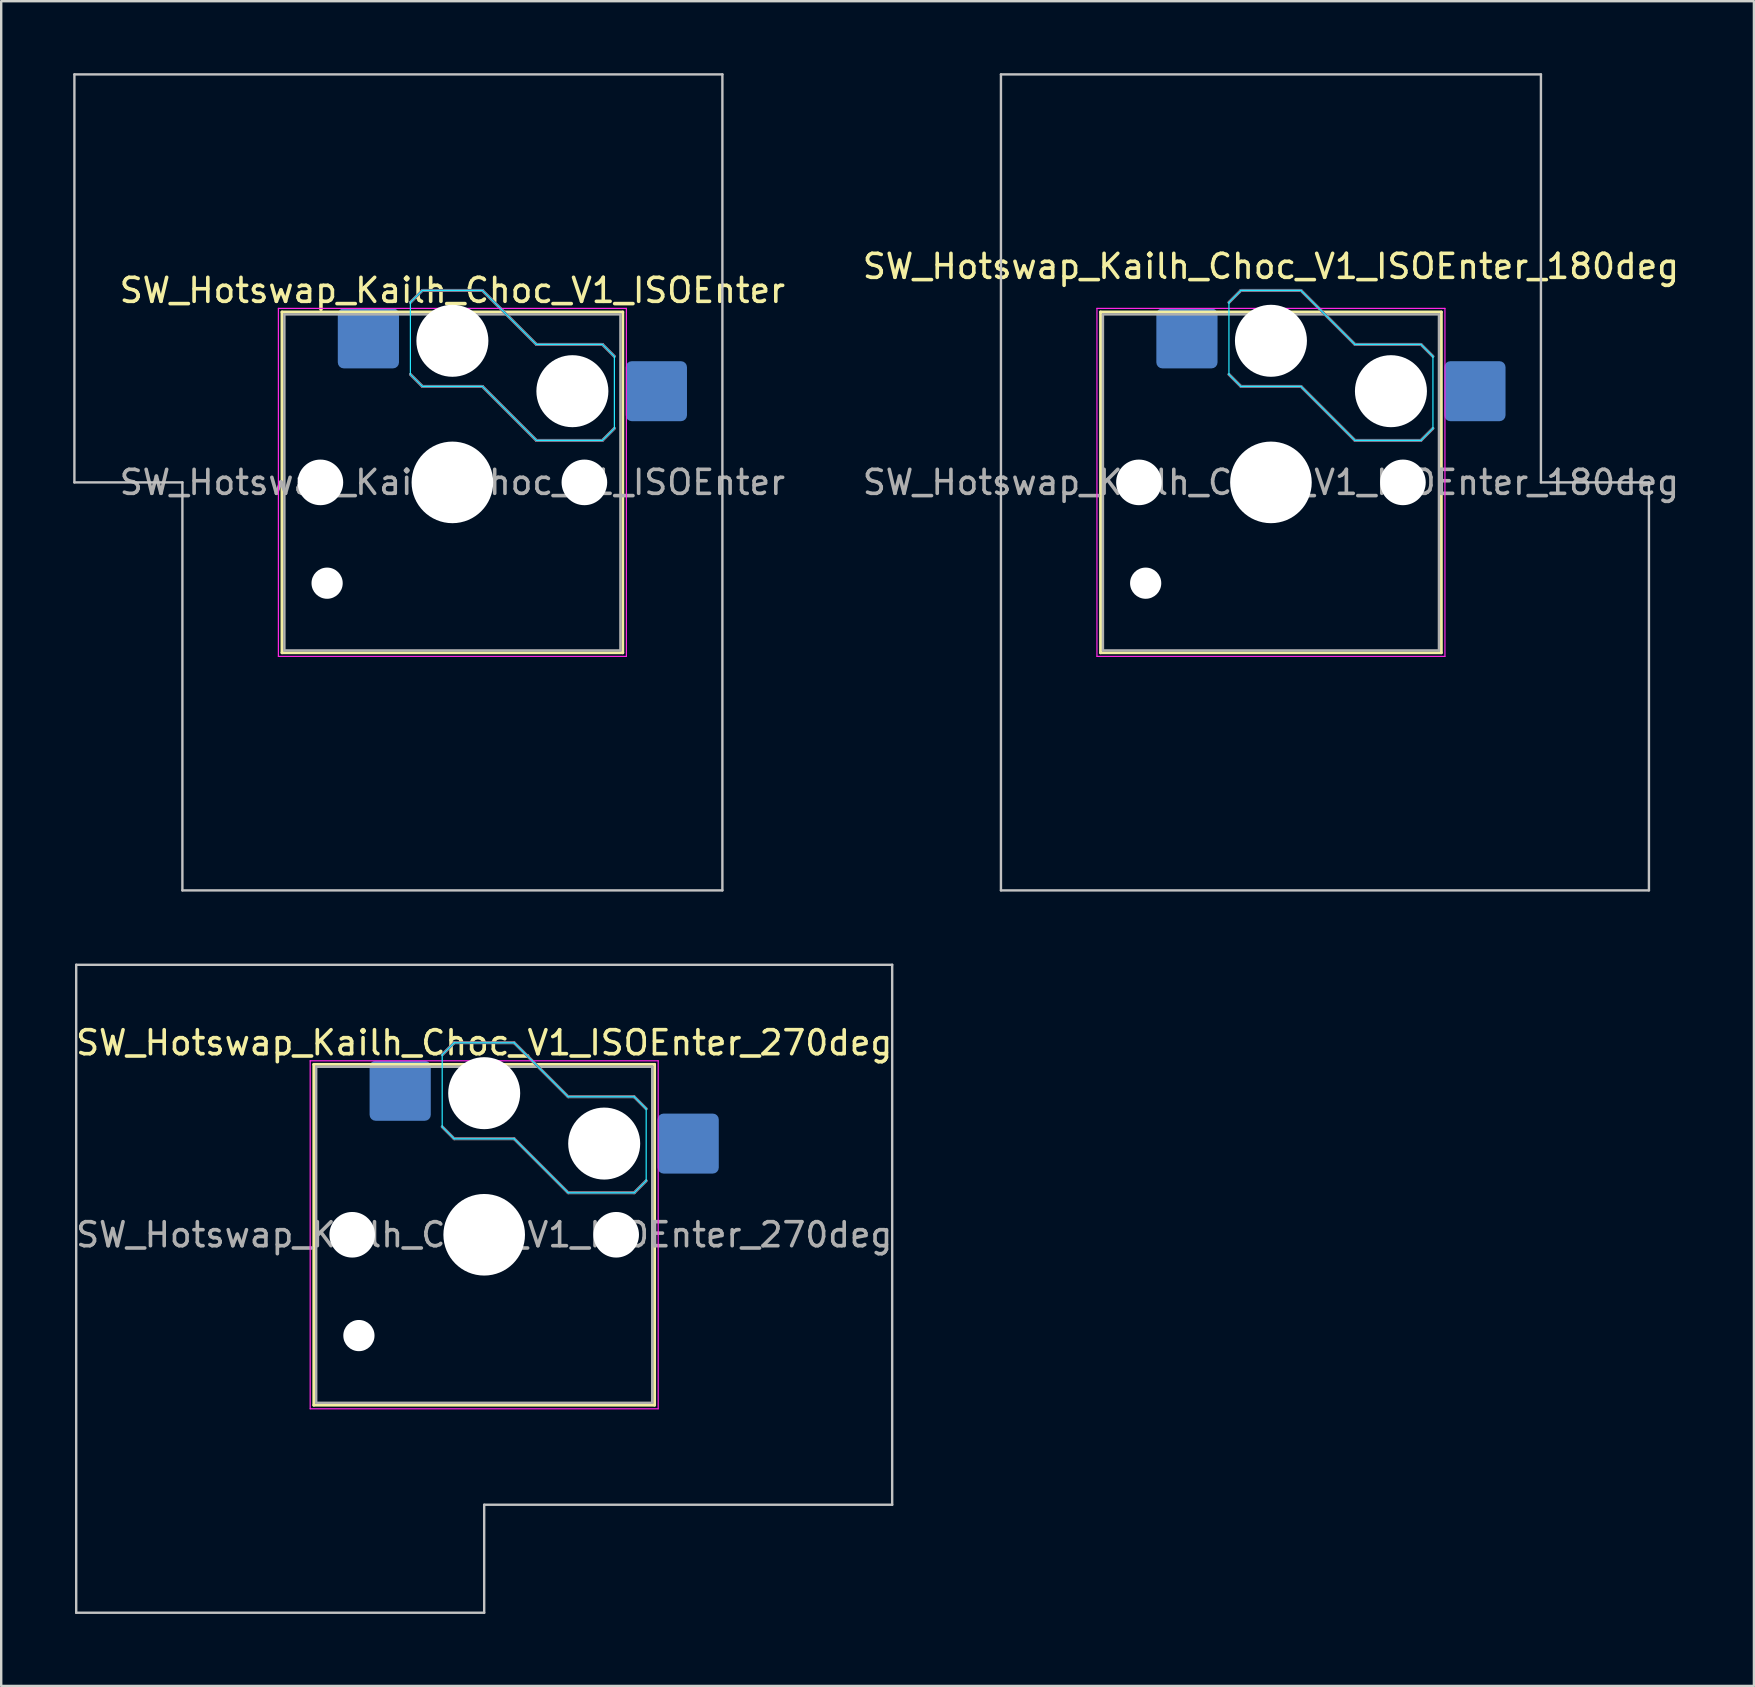
<source format=kicad_pcb>
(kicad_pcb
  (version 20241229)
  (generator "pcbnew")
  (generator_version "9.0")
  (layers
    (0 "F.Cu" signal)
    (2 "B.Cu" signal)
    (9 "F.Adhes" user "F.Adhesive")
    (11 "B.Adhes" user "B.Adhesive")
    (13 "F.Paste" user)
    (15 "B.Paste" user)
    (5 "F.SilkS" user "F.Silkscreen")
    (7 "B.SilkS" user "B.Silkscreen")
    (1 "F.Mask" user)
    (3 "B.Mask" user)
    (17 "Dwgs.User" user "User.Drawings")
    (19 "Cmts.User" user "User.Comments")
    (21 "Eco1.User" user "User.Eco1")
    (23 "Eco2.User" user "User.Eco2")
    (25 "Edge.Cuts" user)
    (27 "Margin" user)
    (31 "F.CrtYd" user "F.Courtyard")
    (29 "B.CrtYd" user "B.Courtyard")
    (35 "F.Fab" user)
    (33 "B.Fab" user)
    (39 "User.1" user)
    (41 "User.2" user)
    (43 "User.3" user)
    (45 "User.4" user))
  (footprint "SW_Hotswap_Kailh_Choc_V1_ISOEnter_180deg"
    (layer "F.Cu")
    (at 49.907 17.05)
    (property "Reference" "SW_Hotswap_Kailh_Choc_V1_ISOEnter_180deg" (at 0 -9 0) (layer "F.SilkS") (effects (font (size 1 1) (thickness 0.15))))
    (attr smd)
    (fp_line (start -7.1 -7.1) (end -7.1 7.1) (stroke (width 0.12) (type solid)) (layer "F.SilkS"))
    (fp_line (start -7.1 7.1) (end 7.1 7.1) (stroke (width 0.12) (type solid)) (layer "F.SilkS"))
    (fp_line (start 7.1 -7.1) (end -7.1 -7.1) (stroke (width 0.12) (type solid)) (layer "F.SilkS"))
    (fp_line (start 7.1 7.1) (end 7.1 -7.1) (stroke (width 0.12) (type solid)) (layer "F.SilkS"))
    (fp_line (start -1.75 -7.5) (end -1.25 -8) (stroke (width 0.12) (type solid)) (layer "B.SilkS"))
    (fp_line (start -1.25 -8) (end 1.25 -8) (stroke (width 0.12) (type solid)) (layer "B.SilkS"))
    (fp_line (start -1.25 -4) (end -1.75 -4.5) (stroke (width 0.12) (type solid)) (layer "B.SilkS"))
    (fp_line (start 1.25 -8) (end 3.5 -5.75) (stroke (width 0.12) (type solid)) (layer "B.SilkS"))
    (fp_line (start 1.25 -4) (end -1.25 -4) (stroke (width 0.12) (type solid)) (layer "B.SilkS"))
    (fp_line (start 3.5 -5.75) (end 6.25 -5.75) (stroke (width 0.12) (type solid)) (layer "B.SilkS"))
    (fp_line (start 3.5 -1.75) (end 1.25 -4) (stroke (width 0.12) (type solid)) (layer "B.SilkS"))
    (fp_line (start 6.25 -5.75) (end 6.75 -5.25) (stroke (width 0.12) (type solid)) (layer "B.SilkS"))
    (fp_line (start 6.25 -1.75) (end 3.5 -1.75) (stroke (width 0.12) (type solid)) (layer "B.SilkS"))
    (fp_line (start 6.75 -2.25) (end 6.25 -1.75) (stroke (width 0.12) (type solid)) (layer "B.SilkS"))
    (fp_line (start -11.25 -17) (end -11.25 17) (stroke (width 0.1) (type solid)) (layer "Dwgs.User"))
    (fp_line (start -11.25 17) (end 15.75 17) (stroke (width 0.1) (type solid)) (layer "Dwgs.User"))
    (fp_line (start 11.25 -17) (end -11.25 -17) (stroke (width 0.1) (type solid)) (layer "Dwgs.User"))
    (fp_line (start 11.25 0) (end 11.25 -17) (stroke (width 0.1) (type solid)) (layer "Dwgs.User"))
    (fp_line (start 15.75 0) (end 11.25 0) (stroke (width 0.1) (type solid)) (layer "Dwgs.User"))
    (fp_line (start 15.75 17) (end 15.75 0) (stroke (width 0.1) (type solid)) (layer "Dwgs.User"))
    (fp_line (start -1.75 -7.5) (end -1.25 -8) (stroke (width 0.05) (type solid)) (layer "B.CrtYd"))
    (fp_line (start -1.75 -4.5) (end -1.75 -7.5) (stroke (width 0.05) (type solid)) (layer "B.CrtYd"))
    (fp_line (start -1.25 -8) (end 1.25 -8) (stroke (width 0.05) (type solid)) (layer "B.CrtYd"))
    (fp_line (start -1.25 -4) (end -1.75 -4.5) (stroke (width 0.05) (type solid)) (layer "B.CrtYd"))
    (fp_line (start 1.25 -8) (end 3.5 -5.75) (stroke (width 0.05) (type solid)) (layer "B.CrtYd"))
    (fp_line (start 1.25 -4) (end -1.25 -4) (stroke (width 0.05) (type solid)) (layer "B.CrtYd"))
    (fp_line (start 3.5 -5.75) (end 6.25 -5.75) (stroke (width 0.05) (type solid)) (layer "B.CrtYd"))
    (fp_line (start 3.5 -1.75) (end 1.25 -4) (stroke (width 0.05) (type solid)) (layer "B.CrtYd"))
    (fp_line (start 6.25 -5.75) (end 6.75 -5.25) (stroke (width 0.05) (type solid)) (layer "B.CrtYd"))
    (fp_line (start 6.25 -1.75) (end 3.5 -1.75) (stroke (width 0.05) (type solid)) (layer "B.CrtYd"))
    (fp_line (start 6.75 -5.25) (end 6.75 -2.25) (stroke (width 0.05) (type solid)) (layer "B.CrtYd"))
    (fp_line (start 6.75 -2.25) (end 6.25 -1.75) (stroke (width 0.05) (type solid)) (layer "B.CrtYd"))
    (fp_line (start -7.25 -7.25) (end -7.25 7.25) (stroke (width 0.05) (type solid)) (layer "F.CrtYd"))
    (fp_line (start -7.25 7.25) (end 7.25 7.25) (stroke (width 0.05) (type solid)) (layer "F.CrtYd"))
    (fp_line (start 7.25 -7.25) (end -7.25 -7.25) (stroke (width 0.05) (type solid)) (layer "F.CrtYd"))
    (fp_line (start 7.25 7.25) (end 7.25 -7.25) (stroke (width 0.05) (type solid)) (layer "F.CrtYd"))
    (fp_line (start -1.75 -7.5) (end -1.25 -8) (stroke (width 0.1) (type solid)) (layer "B.Fab"))
    (fp_line (start -1.25 -8) (end 1.25 -8) (stroke (width 0.1) (type solid)) (layer "B.Fab"))
    (fp_line (start -1.25 -4) (end -1.75 -4.5) (stroke (width 0.1) (type solid)) (layer "B.Fab"))
    (fp_line (start 1.25 -8) (end 3.5 -5.75) (stroke (width 0.1) (type solid)) (layer "B.Fab"))
    (fp_line (start 1.25 -4) (end -1.25 -4) (stroke (width 0.1) (type solid)) (layer "B.Fab"))
    (fp_line (start 3.5 -5.75) (end 6.25 -5.75) (stroke (width 0.1) (type solid)) (layer "B.Fab"))
    (fp_line (start 3.5 -1.75) (end 1.25 -4) (stroke (width 0.1) (type solid)) (layer "B.Fab"))
    (fp_line (start 6.25 -5.75) (end 6.75 -5.25) (stroke (width 0.1) (type solid)) (layer "B.Fab"))
    (fp_line (start 6.25 -1.75) (end 3.5 -1.75) (stroke (width 0.1) (type solid)) (layer "B.Fab"))
    (fp_line (start 6.75 -2.25) (end 6.25 -1.75) (stroke (width 0.1) (type solid)) (layer "B.Fab"))
    (fp_line (start -7 -7) (end -7 7) (stroke (width 0.1) (type solid)) (layer "F.Fab"))
    (fp_line (start -7 7) (end 7 7) (stroke (width 0.1) (type solid)) (layer "F.Fab"))
    (fp_line (start 7 -7) (end -7 -7) (stroke (width 0.1) (type solid)) (layer "F.Fab"))
    (fp_line (start 7 7) (end 7 -7) (stroke (width 0.1) (type solid)) (layer "F.Fab"))
    (fp_text user "${REFERENCE}" (at 0 0 0) (layer "F.Fab") (effects (font (size 1 1) (thickness 0.15))))
    (pad "" np_thru_hole circle (at -5.5 0) (size 1.9 1.9) (drill 1.9) (layers "*.Cu" "*.Mask"))
    (pad "" np_thru_hole circle (at -5.22 4.2) (size 1.3 1.3) (drill 1.3) (layers "*.Cu" "*.Mask"))
    (pad "" np_thru_hole circle (at 0 -5.9) (size 3 3) (drill 3) (layers "*.Cu" "*.Mask"))
    (pad "" np_thru_hole circle (at 0 0) (size 3.4 3.4) (drill 3.4) (layers "*.Cu" "*.Mask"))
    (pad "" np_thru_hole circle (at 5 -3.8) (size 3 3) (drill 3) (layers "*.Cu" "*.Mask"))
    (pad "" np_thru_hole circle (at 5.5 0) (size 1.9 1.9) (drill 1.9) (layers "*.Cu" "*.Mask"))
    (pad "1" smd roundrect (at -3.5 -6) (size 2.55 2.5) (layers "B.Cu" "B.Mask" "B.Paste") (roundrect_rratio 0.1))
    (pad "2" smd roundrect (at 8.5 -3.8) (size 2.55 2.5) (layers "B.Cu" "B.Mask" "B.Paste") (roundrect_rratio 0.1)))
  (footprint "SW_Hotswap_Kailh_Choc_V1_ISOEnter_270deg"
    (layer "F.Cu")
    (at 17.125 48.4)
    (property "Reference" "SW_Hotswap_Kailh_Choc_V1_ISOEnter_270deg" (at 0 -8 0) (layer "F.SilkS") (effects (font (size 1 1) (thickness 0.15))))
    (attr smd)
    (fp_line (start -7.1 -7.1) (end -7.1 7.1) (stroke (width 0.12) (type solid)) (layer "F.SilkS"))
    (fp_line (start -7.1 7.1) (end 7.1 7.1) (stroke (width 0.12) (type solid)) (layer "F.SilkS"))
    (fp_line (start 7.1 -7.1) (end -7.1 -7.1) (stroke (width 0.12) (type solid)) (layer "F.SilkS"))
    (fp_line (start 7.1 7.1) (end 7.1 -7.1) (stroke (width 0.12) (type solid)) (layer "F.SilkS"))
    (fp_line (start -1.75 -7.5) (end -1.25 -8) (stroke (width 0.12) (type solid)) (layer "B.SilkS"))
    (fp_line (start -1.25 -8) (end 1.25 -8) (stroke (width 0.12) (type solid)) (layer "B.SilkS"))
    (fp_line (start -1.25 -4) (end -1.75 -4.5) (stroke (width 0.12) (type solid)) (layer "B.SilkS"))
    (fp_line (start 1.25 -8) (end 3.5 -5.75) (stroke (width 0.12) (type solid)) (layer "B.SilkS"))
    (fp_line (start 1.25 -4) (end -1.25 -4) (stroke (width 0.12) (type solid)) (layer "B.SilkS"))
    (fp_line (start 3.5 -5.75) (end 6.25 -5.75) (stroke (width 0.12) (type solid)) (layer "B.SilkS"))
    (fp_line (start 3.5 -1.75) (end 1.25 -4) (stroke (width 0.12) (type solid)) (layer "B.SilkS"))
    (fp_line (start 6.25 -5.75) (end 6.75 -5.25) (stroke (width 0.12) (type solid)) (layer "B.SilkS"))
    (fp_line (start 6.25 -1.75) (end 3.5 -1.75) (stroke (width 0.12) (type solid)) (layer "B.SilkS"))
    (fp_line (start 6.75 -2.25) (end 6.25 -1.75) (stroke (width 0.12) (type solid)) (layer "B.SilkS"))
    (fp_line (start -17 -11.25) (end -17 15.75) (stroke (width 0.1) (type solid)) (layer "Dwgs.User"))
    (fp_line (start -17 15.75) (end 0 15.75) (stroke (width 0.1) (type solid)) (layer "Dwgs.User"))
    (fp_line (start 0 11.25) (end 17 11.25) (stroke (width 0.1) (type solid)) (layer "Dwgs.User"))
    (fp_line (start 0 15.75) (end 0 11.25) (stroke (width 0.1) (type solid)) (layer "Dwgs.User"))
    (fp_line (start 17 -11.25) (end -17 -11.25) (stroke (width 0.1) (type solid)) (layer "Dwgs.User"))
    (fp_line (start 17 11.25) (end 17 -11.25) (stroke (width 0.1) (type solid)) (layer "Dwgs.User"))
    (fp_line (start -1.75 -7.5) (end -1.25 -8) (stroke (width 0.05) (type solid)) (layer "B.CrtYd"))
    (fp_line (start -1.75 -4.5) (end -1.75 -7.5) (stroke (width 0.05) (type solid)) (layer "B.CrtYd"))
    (fp_line (start -1.25 -8) (end 1.25 -8) (stroke (width 0.05) (type solid)) (layer "B.CrtYd"))
    (fp_line (start -1.25 -4) (end -1.75 -4.5) (stroke (width 0.05) (type solid)) (layer "B.CrtYd"))
    (fp_line (start 1.25 -8) (end 3.5 -5.75) (stroke (width 0.05) (type solid)) (layer "B.CrtYd"))
    (fp_line (start 1.25 -4) (end -1.25 -4) (stroke (width 0.05) (type solid)) (layer "B.CrtYd"))
    (fp_line (start 3.5 -5.75) (end 6.25 -5.75) (stroke (width 0.05) (type solid)) (layer "B.CrtYd"))
    (fp_line (start 3.5 -1.75) (end 1.25 -4) (stroke (width 0.05) (type solid)) (layer "B.CrtYd"))
    (fp_line (start 6.25 -5.75) (end 6.75 -5.25) (stroke (width 0.05) (type solid)) (layer "B.CrtYd"))
    (fp_line (start 6.25 -1.75) (end 3.5 -1.75) (stroke (width 0.05) (type solid)) (layer "B.CrtYd"))
    (fp_line (start 6.75 -5.25) (end 6.75 -2.25) (stroke (width 0.05) (type solid)) (layer "B.CrtYd"))
    (fp_line (start 6.75 -2.25) (end 6.25 -1.75) (stroke (width 0.05) (type solid)) (layer "B.CrtYd"))
    (fp_line (start -7.25 -7.25) (end -7.25 7.25) (stroke (width 0.05) (type solid)) (layer "F.CrtYd"))
    (fp_line (start -7.25 7.25) (end 7.25 7.25) (stroke (width 0.05) (type solid)) (layer "F.CrtYd"))
    (fp_line (start 7.25 -7.25) (end -7.25 -7.25) (stroke (width 0.05) (type solid)) (layer "F.CrtYd"))
    (fp_line (start 7.25 7.25) (end 7.25 -7.25) (stroke (width 0.05) (type solid)) (layer "F.CrtYd"))
    (fp_line (start -1.75 -7.5) (end -1.25 -8) (stroke (width 0.1) (type solid)) (layer "B.Fab"))
    (fp_line (start -1.25 -8) (end 1.25 -8) (stroke (width 0.1) (type solid)) (layer "B.Fab"))
    (fp_line (start -1.25 -4) (end -1.75 -4.5) (stroke (width 0.1) (type solid)) (layer "B.Fab"))
    (fp_line (start 1.25 -8) (end 3.5 -5.75) (stroke (width 0.1) (type solid)) (layer "B.Fab"))
    (fp_line (start 1.25 -4) (end -1.25 -4) (stroke (width 0.1) (type solid)) (layer "B.Fab"))
    (fp_line (start 3.5 -5.75) (end 6.25 -5.75) (stroke (width 0.1) (type solid)) (layer "B.Fab"))
    (fp_line (start 3.5 -1.75) (end 1.25 -4) (stroke (width 0.1) (type solid)) (layer "B.Fab"))
    (fp_line (start 6.25 -5.75) (end 6.75 -5.25) (stroke (width 0.1) (type solid)) (layer "B.Fab"))
    (fp_line (start 6.25 -1.75) (end 3.5 -1.75) (stroke (width 0.1) (type solid)) (layer "B.Fab"))
    (fp_line (start 6.75 -2.25) (end 6.25 -1.75) (stroke (width 0.1) (type solid)) (layer "B.Fab"))
    (fp_line (start -7 -7) (end -7 7) (stroke (width 0.1) (type solid)) (layer "F.Fab"))
    (fp_line (start -7 7) (end 7 7) (stroke (width 0.1) (type solid)) (layer "F.Fab"))
    (fp_line (start 7 -7) (end -7 -7) (stroke (width 0.1) (type solid)) (layer "F.Fab"))
    (fp_line (start 7 7) (end 7 -7) (stroke (width 0.1) (type solid)) (layer "F.Fab"))
    (fp_text user "${REFERENCE}" (at 0 0 0) (layer "F.Fab") (effects (font (size 1 1) (thickness 0.15))))
    (pad "" np_thru_hole circle (at -5.5 0) (size 1.9 1.9) (drill 1.9) (layers "*.Cu" "*.Mask"))
    (pad "" np_thru_hole circle (at -5.22 4.2) (size 1.3 1.3) (drill 1.3) (layers "*.Cu" "*.Mask"))
    (pad "" np_thru_hole circle (at 0 -5.9) (size 3 3) (drill 3) (layers "*.Cu" "*.Mask"))
    (pad "" np_thru_hole circle (at 0 0) (size 3.4 3.4) (drill 3.4) (layers "*.Cu" "*.Mask"))
    (pad "" np_thru_hole circle (at 5 -3.8) (size 3 3) (drill 3) (layers "*.Cu" "*.Mask"))
    (pad "" np_thru_hole circle (at 5.5 0) (size 1.9 1.9) (drill 1.9) (layers "*.Cu" "*.Mask"))
    (pad "1" smd roundrect (at -3.5 -6) (size 2.55 2.5) (layers "B.Cu" "B.Mask" "B.Paste") (roundrect_rratio 0.1))
    (pad "2" smd roundrect (at 8.5 -3.8) (size 2.55 2.5) (layers "B.Cu" "B.Mask" "B.Paste") (roundrect_rratio 0.1)))
  (footprint "SW_Hotswap_Kailh_Choc_V1_ISOEnter"
    (layer "F.Cu")
    (at 15.8 17.05)
    (property "Reference" "SW_Hotswap_Kailh_Choc_V1_ISOEnter" (at 0 -8 0) (layer "F.SilkS") (effects (font (size 1 1) (thickness 0.15))))
    (attr smd)
    (fp_line (start -7.1 -7.1) (end -7.1 7.1) (stroke (width 0.12) (type solid)) (layer "F.SilkS"))
    (fp_line (start -7.1 7.1) (end 7.1 7.1) (stroke (width 0.12) (type solid)) (layer "F.SilkS"))
    (fp_line (start 7.1 -7.1) (end -7.1 -7.1) (stroke (width 0.12) (type solid)) (layer "F.SilkS"))
    (fp_line (start 7.1 7.1) (end 7.1 -7.1) (stroke (width 0.12) (type solid)) (layer "F.SilkS"))
    (fp_line (start -1.75 -7.5) (end -1.25 -8) (stroke (width 0.12) (type solid)) (layer "B.SilkS"))
    (fp_line (start -1.25 -8) (end 1.25 -8) (stroke (width 0.12) (type solid)) (layer "B.SilkS"))
    (fp_line (start -1.25 -4) (end -1.75 -4.5) (stroke (width 0.12) (type solid)) (layer "B.SilkS"))
    (fp_line (start 1.25 -8) (end 3.5 -5.75) (stroke (width 0.12) (type solid)) (layer "B.SilkS"))
    (fp_line (start 1.25 -4) (end -1.25 -4) (stroke (width 0.12) (type solid)) (layer "B.SilkS"))
    (fp_line (start 3.5 -5.75) (end 6.25 -5.75) (stroke (width 0.12) (type solid)) (layer "B.SilkS"))
    (fp_line (start 3.5 -1.75) (end 1.25 -4) (stroke (width 0.12) (type solid)) (layer "B.SilkS"))
    (fp_line (start 6.25 -5.75) (end 6.75 -5.25) (stroke (width 0.12) (type solid)) (layer "B.SilkS"))
    (fp_line (start 6.25 -1.75) (end 3.5 -1.75) (stroke (width 0.12) (type solid)) (layer "B.SilkS"))
    (fp_line (start 6.75 -2.25) (end 6.25 -1.75) (stroke (width 0.12) (type solid)) (layer "B.SilkS"))
    (fp_line (start -15.75 -17) (end -15.75 0) (stroke (width 0.1) (type solid)) (layer "Dwgs.User"))
    (fp_line (start -15.75 0) (end -11.25 0) (stroke (width 0.1) (type solid)) (layer "Dwgs.User"))
    (fp_line (start -11.25 0) (end -11.25 17) (stroke (width 0.1) (type solid)) (layer "Dwgs.User"))
    (fp_line (start -11.25 17) (end 11.25 17) (stroke (width 0.1) (type solid)) (layer "Dwgs.User"))
    (fp_line (start 11.25 -17) (end -15.75 -17) (stroke (width 0.1) (type solid)) (layer "Dwgs.User"))
    (fp_line (start 11.25 17) (end 11.25 -17) (stroke (width 0.1) (type solid)) (layer "Dwgs.User"))
    (fp_line (start -1.75 -7.5) (end -1.25 -8) (stroke (width 0.05) (type solid)) (layer "B.CrtYd"))
    (fp_line (start -1.75 -4.5) (end -1.75 -7.5) (stroke (width 0.05) (type solid)) (layer "B.CrtYd"))
    (fp_line (start -1.25 -8) (end 1.25 -8) (stroke (width 0.05) (type solid)) (layer "B.CrtYd"))
    (fp_line (start -1.25 -4) (end -1.75 -4.5) (stroke (width 0.05) (type solid)) (layer "B.CrtYd"))
    (fp_line (start 1.25 -8) (end 3.5 -5.75) (stroke (width 0.05) (type solid)) (layer "B.CrtYd"))
    (fp_line (start 1.25 -4) (end -1.25 -4) (stroke (width 0.05) (type solid)) (layer "B.CrtYd"))
    (fp_line (start 3.5 -5.75) (end 6.25 -5.75) (stroke (width 0.05) (type solid)) (layer "B.CrtYd"))
    (fp_line (start 3.5 -1.75) (end 1.25 -4) (stroke (width 0.05) (type solid)) (layer "B.CrtYd"))
    (fp_line (start 6.25 -5.75) (end 6.75 -5.25) (stroke (width 0.05) (type solid)) (layer "B.CrtYd"))
    (fp_line (start 6.25 -1.75) (end 3.5 -1.75) (stroke (width 0.05) (type solid)) (layer "B.CrtYd"))
    (fp_line (start 6.75 -5.25) (end 6.75 -2.25) (stroke (width 0.05) (type solid)) (layer "B.CrtYd"))
    (fp_line (start 6.75 -2.25) (end 6.25 -1.75) (stroke (width 0.05) (type solid)) (layer "B.CrtYd"))
    (fp_line (start -7.25 -7.25) (end -7.25 7.25) (stroke (width 0.05) (type solid)) (layer "F.CrtYd"))
    (fp_line (start -7.25 7.25) (end 7.25 7.25) (stroke (width 0.05) (type solid)) (layer "F.CrtYd"))
    (fp_line (start 7.25 -7.25) (end -7.25 -7.25) (stroke (width 0.05) (type solid)) (layer "F.CrtYd"))
    (fp_line (start 7.25 7.25) (end 7.25 -7.25) (stroke (width 0.05) (type solid)) (layer "F.CrtYd"))
    (fp_line (start -1.75 -7.5) (end -1.25 -8) (stroke (width 0.1) (type solid)) (layer "B.Fab"))
    (fp_line (start -1.25 -8) (end 1.25 -8) (stroke (width 0.1) (type solid)) (layer "B.Fab"))
    (fp_line (start -1.25 -4) (end -1.75 -4.5) (stroke (width 0.1) (type solid)) (layer "B.Fab"))
    (fp_line (start 1.25 -8) (end 3.5 -5.75) (stroke (width 0.1) (type solid)) (layer "B.Fab"))
    (fp_line (start 1.25 -4) (end -1.25 -4) (stroke (width 0.1) (type solid)) (layer "B.Fab"))
    (fp_line (start 3.5 -5.75) (end 6.25 -5.75) (stroke (width 0.1) (type solid)) (layer "B.Fab"))
    (fp_line (start 3.5 -1.75) (end 1.25 -4) (stroke (width 0.1) (type solid)) (layer "B.Fab"))
    (fp_line (start 6.25 -5.75) (end 6.75 -5.25) (stroke (width 0.1) (type solid)) (layer "B.Fab"))
    (fp_line (start 6.25 -1.75) (end 3.5 -1.75) (stroke (width 0.1) (type solid)) (layer "B.Fab"))
    (fp_line (start 6.75 -2.25) (end 6.25 -1.75) (stroke (width 0.1) (type solid)) (layer "B.Fab"))
    (fp_line (start -7 -7) (end -7 7) (stroke (width 0.1) (type solid)) (layer "F.Fab"))
    (fp_line (start -7 7) (end 7 7) (stroke (width 0.1) (type solid)) (layer "F.Fab"))
    (fp_line (start 7 -7) (end -7 -7) (stroke (width 0.1) (type solid)) (layer "F.Fab"))
    (fp_line (start 7 7) (end 7 -7) (stroke (width 0.1) (type solid)) (layer "F.Fab"))
    (fp_text user "${REFERENCE}" (at 0 0 0) (layer "F.Fab") (effects (font (size 1 1) (thickness 0.15))))
    (pad "" np_thru_hole circle (at -5.5 0) (size 1.9 1.9) (drill 1.9) (layers "*.Cu" "*.Mask"))
    (pad "" np_thru_hole circle (at -5.22 4.2) (size 1.3 1.3) (drill 1.3) (layers "*.Cu" "*.Mask"))
    (pad "" np_thru_hole circle (at 0 -5.9) (size 3 3) (drill 3) (layers "*.Cu" "*.Mask"))
    (pad "" np_thru_hole circle (at 0 0) (size 3.4 3.4) (drill 3.4) (layers "*.Cu" "*.Mask"))
    (pad "" np_thru_hole circle (at 5 -3.8) (size 3 3) (drill 3) (layers "*.Cu" "*.Mask"))
    (pad "" np_thru_hole circle (at 5.5 0) (size 1.9 1.9) (drill 1.9) (layers "*.Cu" "*.Mask"))
    (pad "1" smd roundrect (at -3.5 -6) (size 2.55 2.5) (layers "B.Cu" "B.Mask" "B.Paste") (roundrect_rratio 0.1))
    (pad "2" smd roundrect (at 8.5 -3.8) (size 2.55 2.5) (layers "B.Cu" "B.Mask" "B.Paste") (roundrect_rratio 0.1)))
  (gr_rect
    (start -3 -3)
    (end 70.032 67.2)
    (stroke (width 0.1) (type default))
    (fill no)
    (layer "Edge.Cuts")))
</source>
